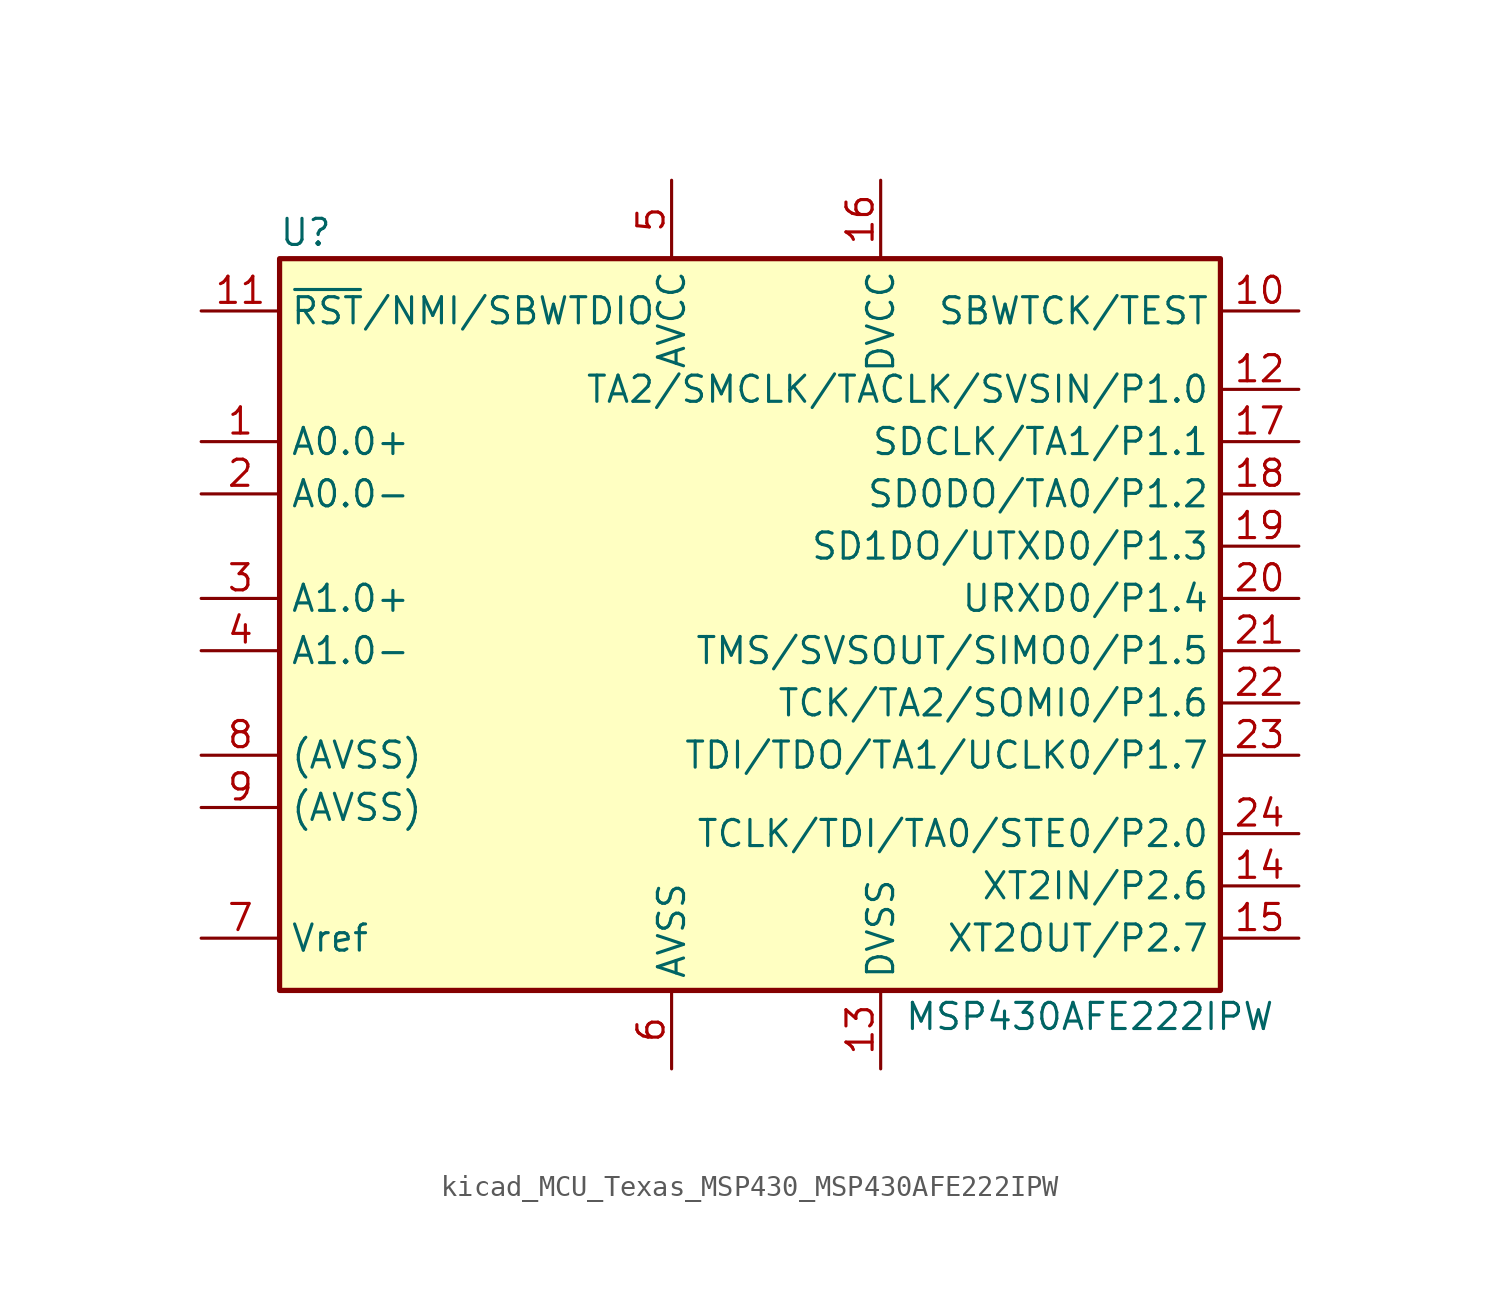
<source format=kicad_sym>
(kicad_symbol_lib
  (version 20220914)
  (generator kicad_symbol_editor)
  (symbol "kicad_MCU_Texas_MSP430_MSP430AFE222IPW"
    (property "Reference" "U"
      (at -22.86 19.05 0)
      (effects (font (size 1.27 1.27))))
    (property "Value" "MSP430AFE222IPW"
      (at 15.24 -19.05 0)
      (effects (font (size 1.27 1.27))))
    (symbol "kicad_MCU_Texas_MSP430_MSP430AFE222IPW_0_1"
      (rectangle (start -24.13 17.78) (end 21.59 -17.78) (stroke (width 0.254) (type default)) (fill (type background))))
    (symbol "kicad_MCU_Texas_MSP430_MSP430AFE222IPW_1_1"
      (pin passive line (at -27.94 8.89 0) (length 3.81) (name "A0.0+" (effects (font (size 1.27 1.27)))) (number "1" (effects (font (size 1.27 1.27)))))
      (pin input line (at 25.4 15.24 180) (length 3.81) (name "SBWTCK/TEST" (effects (font (size 1.27 1.27)))) (number "10" (effects (font (size 1.27 1.27)))))
      (pin input line (at -27.94 15.24 0) (length 3.81) (name "~{RST}/NMI/SBWTDIO" (effects (font (size 1.27 1.27)))) (number "11" (effects (font (size 1.27 1.27)))))
      (pin bidirectional line (at 25.4 11.43 180) (length 3.81) (name "TA2/SMCLK/TACLK/SVSIN/P1.0" (effects (font (size 1.27 1.27)))) (number "12" (effects (font (size 1.27 1.27)))))
      (pin power_in line (at 5.08 -21.59 90) (length 3.81) (name "DVSS" (effects (font (size 1.27 1.27)))) (number "13" (effects (font (size 1.27 1.27)))))
      (pin bidirectional line (at 25.4 -12.7 180) (length 3.81) (name "XT2IN/P2.6" (effects (font (size 1.27 1.27)))) (number "14" (effects (font (size 1.27 1.27)))))
      (pin bidirectional line (at 25.4 -15.24 180) (length 3.81) (name "XT2OUT/P2.7" (effects (font (size 1.27 1.27)))) (number "15" (effects (font (size 1.27 1.27)))))
      (pin power_in line (at 5.08 21.59 270) (length 3.81) (name "DVCC" (effects (font (size 1.27 1.27)))) (number "16" (effects (font (size 1.27 1.27)))))
      (pin bidirectional line (at 25.4 8.89 180) (length 3.81) (name "SDCLK/TA1/P1.1" (effects (font (size 1.27 1.27)))) (number "17" (effects (font (size 1.27 1.27)))))
      (pin bidirectional line (at 25.4 6.35 180) (length 3.81) (name "SD0DO/TA0/P1.2" (effects (font (size 1.27 1.27)))) (number "18" (effects (font (size 1.27 1.27)))))
      (pin bidirectional line (at 25.4 3.81 180) (length 3.81) (name "SD1DO/UTXD0/P1.3" (effects (font (size 1.27 1.27)))) (number "19" (effects (font (size 1.27 1.27)))))
      (pin passive line (at -27.94 6.35 0) (length 3.81) (name "A0.0-" (effects (font (size 1.27 1.27)))) (number "2" (effects (font (size 1.27 1.27)))))
      (pin bidirectional line (at 25.4 1.27 180) (length 3.81) (name "URXD0/P1.4" (effects (font (size 1.27 1.27)))) (number "20" (effects (font (size 1.27 1.27)))))
      (pin bidirectional line (at 25.4 -1.27 180) (length 3.81) (name "TMS/SVSOUT/SIMO0/P1.5" (effects (font (size 1.27 1.27)))) (number "21" (effects (font (size 1.27 1.27)))))
      (pin bidirectional line (at 25.4 -3.81 180) (length 3.81) (name "TCK/TA2/SOMI0/P1.6" (effects (font (size 1.27 1.27)))) (number "22" (effects (font (size 1.27 1.27)))))
      (pin bidirectional line (at 25.4 -6.35 180) (length 3.81) (name "TDI/TDO/TA1/UCLK0/P1.7" (effects (font (size 1.27 1.27)))) (number "23" (effects (font (size 1.27 1.27)))))
      (pin bidirectional line (at 25.4 -10.16 180) (length 3.81) (name "TCLK/TDI/TA0/STE0/P2.0" (effects (font (size 1.27 1.27)))) (number "24" (effects (font (size 1.27 1.27)))))
      (pin passive line (at -27.94 1.27 0) (length 3.81) (name "A1.0+" (effects (font (size 1.27 1.27)))) (number "3" (effects (font (size 1.27 1.27)))))
      (pin passive line (at -27.94 -1.27 0) (length 3.81) (name "A1.0-" (effects (font (size 1.27 1.27)))) (number "4" (effects (font (size 1.27 1.27)))))
      (pin power_in line (at -5.08 21.59 270) (length 3.81) (name "AVCC" (effects (font (size 1.27 1.27)))) (number "5" (effects (font (size 1.27 1.27)))))
      (pin power_in line (at -5.08 -21.59 90) (length 3.81) (name "AVSS" (effects (font (size 1.27 1.27)))) (number "6" (effects (font (size 1.27 1.27)))))
      (pin passive line (at -27.94 -15.24 0) (length 3.81) (name "Vref" (effects (font (size 1.27 1.27)))) (number "7" (effects (font (size 1.27 1.27)))))
      (pin passive line (at -27.94 -6.35 0) (length 3.81) (name "(AVSS)" (effects (font (size 1.27 1.27)))) (number "8" (effects (font (size 1.27 1.27)))))
      (pin passive line (at -27.94 -8.89 0) (length 3.81) (name "(AVSS)" (effects (font (size 1.27 1.27)))) (number "9" (effects (font (size 1.27 1.27))))))))
</source>
